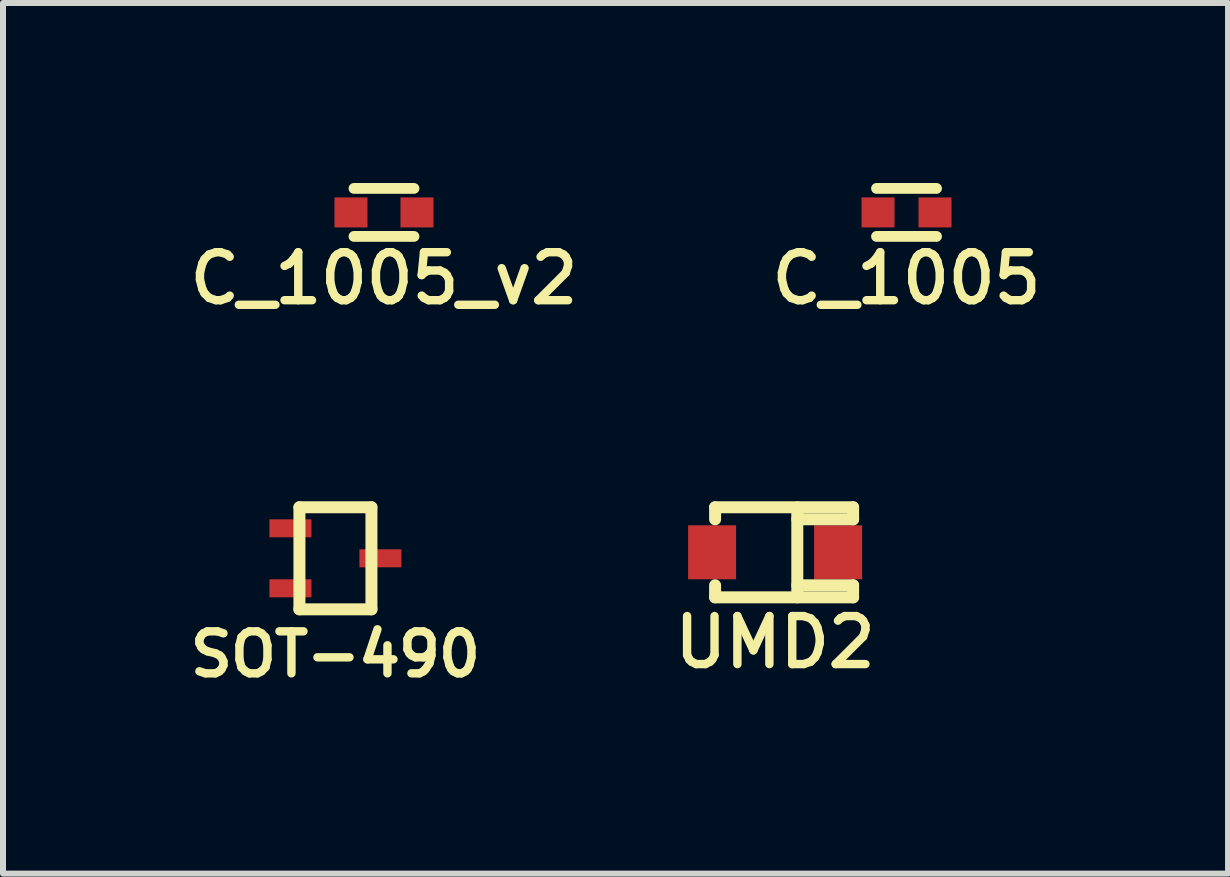
<source format=kicad_pcb>
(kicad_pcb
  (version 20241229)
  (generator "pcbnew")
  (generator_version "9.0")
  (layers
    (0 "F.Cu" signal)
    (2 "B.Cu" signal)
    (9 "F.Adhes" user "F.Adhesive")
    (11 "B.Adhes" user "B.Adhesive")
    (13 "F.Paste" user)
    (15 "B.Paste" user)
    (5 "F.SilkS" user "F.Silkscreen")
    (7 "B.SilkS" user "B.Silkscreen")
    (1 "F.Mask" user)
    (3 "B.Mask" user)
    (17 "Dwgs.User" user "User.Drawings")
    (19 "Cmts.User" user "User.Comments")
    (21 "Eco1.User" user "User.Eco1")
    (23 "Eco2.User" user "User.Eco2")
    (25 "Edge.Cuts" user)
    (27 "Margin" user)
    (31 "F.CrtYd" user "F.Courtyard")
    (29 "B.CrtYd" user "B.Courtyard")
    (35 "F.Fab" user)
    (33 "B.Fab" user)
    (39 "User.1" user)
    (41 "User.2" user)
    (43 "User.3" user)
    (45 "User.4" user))
  (footprint "C_1005_v2"
    (layer "F.Cu")
    (at 3.349 0.49)
    (property "Reference" "C_1005_v2" (at 0 1.1 0) (layer "F.SilkS") (effects (font (size 0.8 0.8) (thickness 0.14))))
    (attr smd)
    (fp_line (start -0.5 -0.4) (end 0.5 -0.4) (stroke (width 0.18) (type solid)) (layer "F.SilkS"))
    (fp_line (start 0.5 0.4) (end -0.5 0.4) (stroke (width 0.18) (type solid)) (layer "F.SilkS"))
    (pad "1" smd rect (at -0.55 0) (size 0.55 0.5) (layers "F.Cu" "F.Mask" "F.Paste"))
    (pad "2" smd rect (at 0.55 0) (size 0.55 0.5) (layers "F.Cu" "F.Mask" "F.Paste")))
  (footprint "SOT-490"
    (layer "F.Cu")
    (at 2.54 6.254)
    (property "Reference" "SOT-490" (at 0 1.6 0) (layer "F.SilkS") (effects (font (size 0.7 0.7) (thickness 0.14))))
    (attr smd)
    (fp_line (start -0.6 -0.85) (end -0.6 0.85) (stroke (width 0.2) (type solid)) (layer "F.SilkS"))
    (fp_line (start 0.6 -0.85) (end -0.6 -0.85) (stroke (width 0.2) (type solid)) (layer "F.SilkS"))
    (fp_line (start 0.6 0.85) (end -0.6 0.85) (stroke (width 0.2) (type solid)) (layer "F.SilkS"))
    (fp_line (start 0.6 0.85) (end 0.6 -0.85) (stroke (width 0.2) (type solid)) (layer "F.SilkS"))
    (pad "1" smd rect (at -0.75 -0.5 270) (size 0.3 0.7) (layers "F.Cu" "F.Mask" "F.Paste"))
    (pad "2" smd rect (at -0.75 0.5 270) (size 0.3 0.7) (layers "F.Cu" "F.Mask" "F.Paste"))
    (pad "3" smd rect (at 0.75 0 270) (size 0.3 0.7) (layers "F.Cu" "F.Mask" "F.Paste")))
  (footprint "C_1005"
    (layer "F.Cu")
    (at 12.057 0.49)
    (property "Reference" "C_1005" (at 0 1.1 0) (layer "F.SilkS") (effects (font (size 0.8 0.8) (thickness 0.14))))
    (attr smd)
    (fp_line (start -0.5 -0.4) (end 0.5 -0.4) (stroke (width 0.18) (type solid)) (layer "F.SilkS"))
    (fp_line (start 0.5 0.4) (end -0.5 0.4) (stroke (width 0.18) (type solid)) (layer "F.SilkS"))
    (pad "1" smd rect (at -0.475 0) (size 0.55 0.5) (layers "F.Cu" "F.Mask" "F.Paste"))
    (pad "2" smd rect (at 0.475 0) (size 0.55 0.5) (layers "F.Cu" "F.Mask" "F.Paste")))
  (footprint "UMD2"
    (layer "F.Cu")
    (at 9.867 6.154)
    (property "Reference" "UMD2" (at 0 1.5 0) (layer "F.SilkS") (effects (font (size 0.8 0.8) (thickness 0.14))))
    (attr smd)
    (fp_line (start -1 -0.75) (end 1.3 -0.75) (stroke (width 0.2) (type solid)) (layer "F.SilkS"))
    (fp_line (start -1 -0.55) (end -1 -0.75) (stroke (width 0.2) (type solid)) (layer "F.SilkS"))
    (fp_line (start -1 0.55) (end -1 0.75) (stroke (width 0.2) (type solid)) (layer "F.SilkS"))
    (fp_line (start -1 0.75) (end 1.3 0.75) (stroke (width 0.2) (type solid)) (layer "F.SilkS"))
    (fp_line (start 0.37 -0.75) (end 0.37 0.75) (stroke (width 0.2) (type solid)) (layer "F.SilkS"))
    (fp_line (start 0.37 -0.55) (end 1.3 -0.55) (stroke (width 0.2) (type solid)) (layer "F.SilkS"))
    (fp_line (start 0.37 0.55) (end 1.3 0.55) (stroke (width 0.2) (type solid)) (layer "F.SilkS"))
    (fp_line (start 1.3 -0.75) (end 1.3 -0.55) (stroke (width 0.2) (type solid)) (layer "F.SilkS"))
    (fp_line (start 1.3 0.75) (end 1.3 0.55) (stroke (width 0.2) (type solid)) (layer "F.SilkS"))
    (pad "1" smd rect (at 1.05 0) (size 0.8 0.9) (layers "F.Cu" "F.Mask" "F.Paste"))
    (pad "2" smd rect (at -1.05 0) (size 0.8 0.9) (layers "F.Cu" "F.Mask" "F.Paste")))
  (gr_rect
    (start -3 -3)
    (end 17.415 11.509)
    (stroke (width 0.1) (type default))
    (fill no)
    (layer "Edge.Cuts")))
</source>
